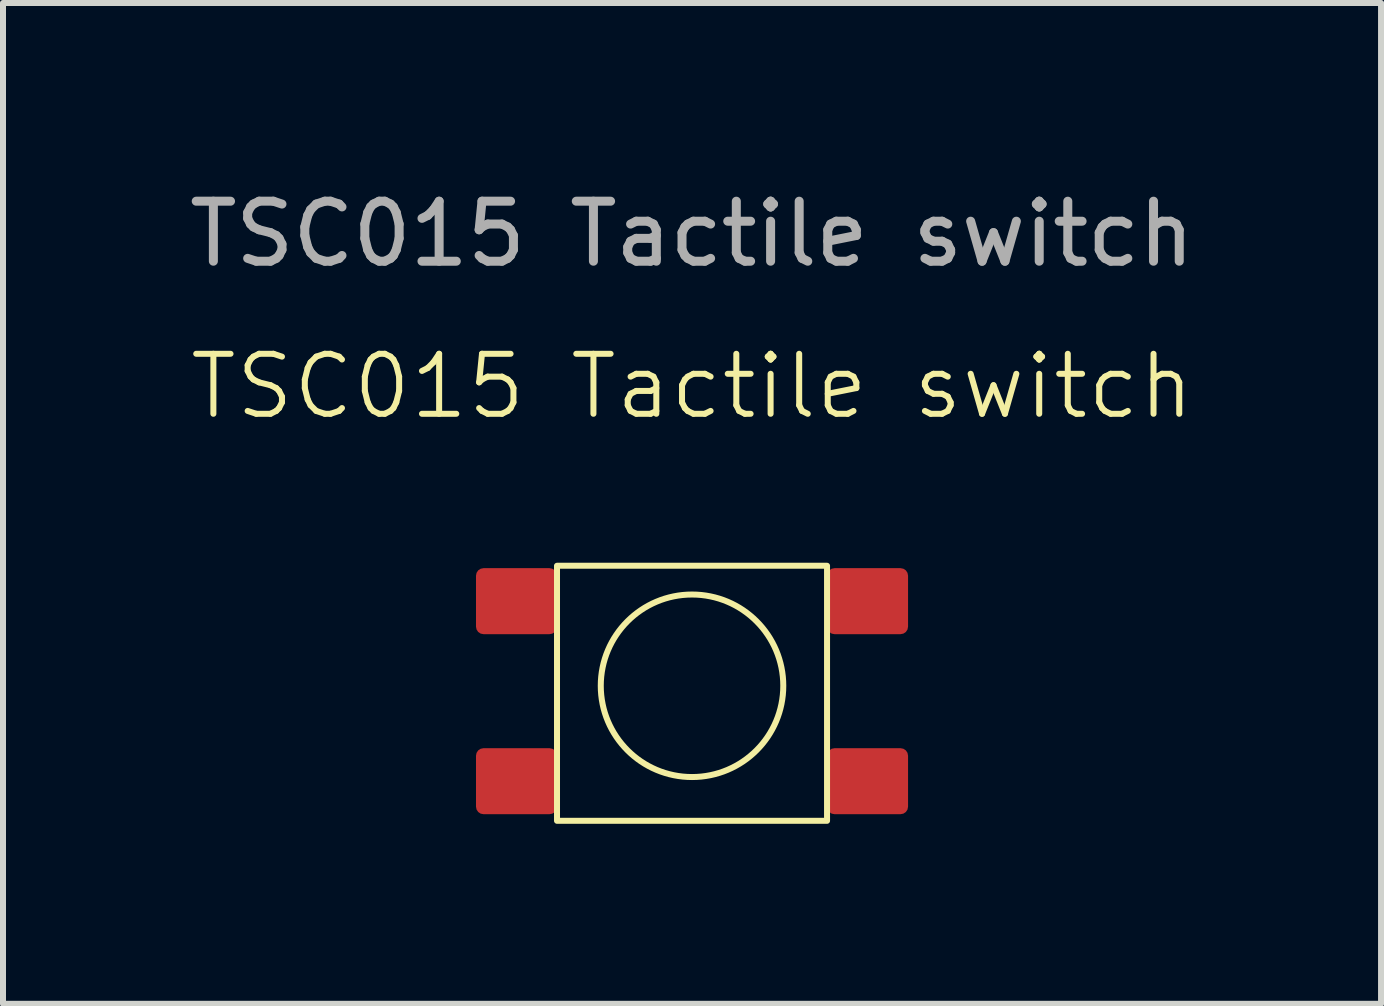
<source format=kicad_pcb>
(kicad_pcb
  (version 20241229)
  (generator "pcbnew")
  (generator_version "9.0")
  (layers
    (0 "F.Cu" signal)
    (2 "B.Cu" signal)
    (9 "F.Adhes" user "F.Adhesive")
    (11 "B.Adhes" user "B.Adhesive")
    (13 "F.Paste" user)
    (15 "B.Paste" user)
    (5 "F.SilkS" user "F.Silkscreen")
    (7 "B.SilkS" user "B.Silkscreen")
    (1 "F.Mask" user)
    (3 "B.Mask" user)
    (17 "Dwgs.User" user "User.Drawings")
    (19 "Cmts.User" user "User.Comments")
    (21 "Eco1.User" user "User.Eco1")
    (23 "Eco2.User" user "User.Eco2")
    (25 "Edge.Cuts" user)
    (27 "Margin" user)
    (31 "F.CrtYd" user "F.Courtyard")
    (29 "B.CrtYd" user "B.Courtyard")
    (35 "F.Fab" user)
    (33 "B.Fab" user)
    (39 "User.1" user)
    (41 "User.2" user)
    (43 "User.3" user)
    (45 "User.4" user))
  (footprint "TSC015 Tactile switch"
    (layer "F.Cu")
    (at 8.482 8.468)
    (property "Reference" "TSC015 Tactile switch" (at 0 -5.08 0) (unlocked yes) (layer "F.SilkS") (effects (font (size 1 1) (thickness 0.1))))
    (attr smd)
    (fp_rect (start -2.25 -2.09) (end 2.25 2.16) (stroke (width 0.1) (type default)) (fill no) (layer "F.SilkS"))
    (fp_circle (center 0 -0.09) (end -1.5 -0.34) (stroke (width 0.1) (type default)) (fill no) (layer "F.SilkS"))
    (fp_text user "${REFERENCE}" (at 0 -7.62 0) (unlocked yes) (layer "F.Fab") (effects (font (size 1 1) (thickness 0.15))))
    (pad "1" smd roundrect (at -2.925 -1.5) (size 1.35 1.1) (layers "F.Cu" "F.Mask" "F.Paste") (roundrect_rratio 0.114))
    (pad "2" smd roundrect (at 2.925 -1.5) (size 1.35 1.1) (layers "F.Cu" "F.Mask" "F.Paste") (roundrect_rratio 0.114))
    (pad "3" smd roundrect (at -2.925 1.5) (size 1.35 1.1) (layers "F.Cu" "F.Mask" "F.Paste") (roundrect_rratio 0.114))
    (pad "4" smd roundrect (at 2.925 1.5) (size 1.35 1.1) (layers "F.Cu" "F.Mask" "F.Paste") (roundrect_rratio 0.114)))
  (gr_rect
    (start -3 -3)
    (end 19.964 13.678)
    (stroke (width 0.1) (type default))
    (fill no)
    (layer "Edge.Cuts")))
</source>
